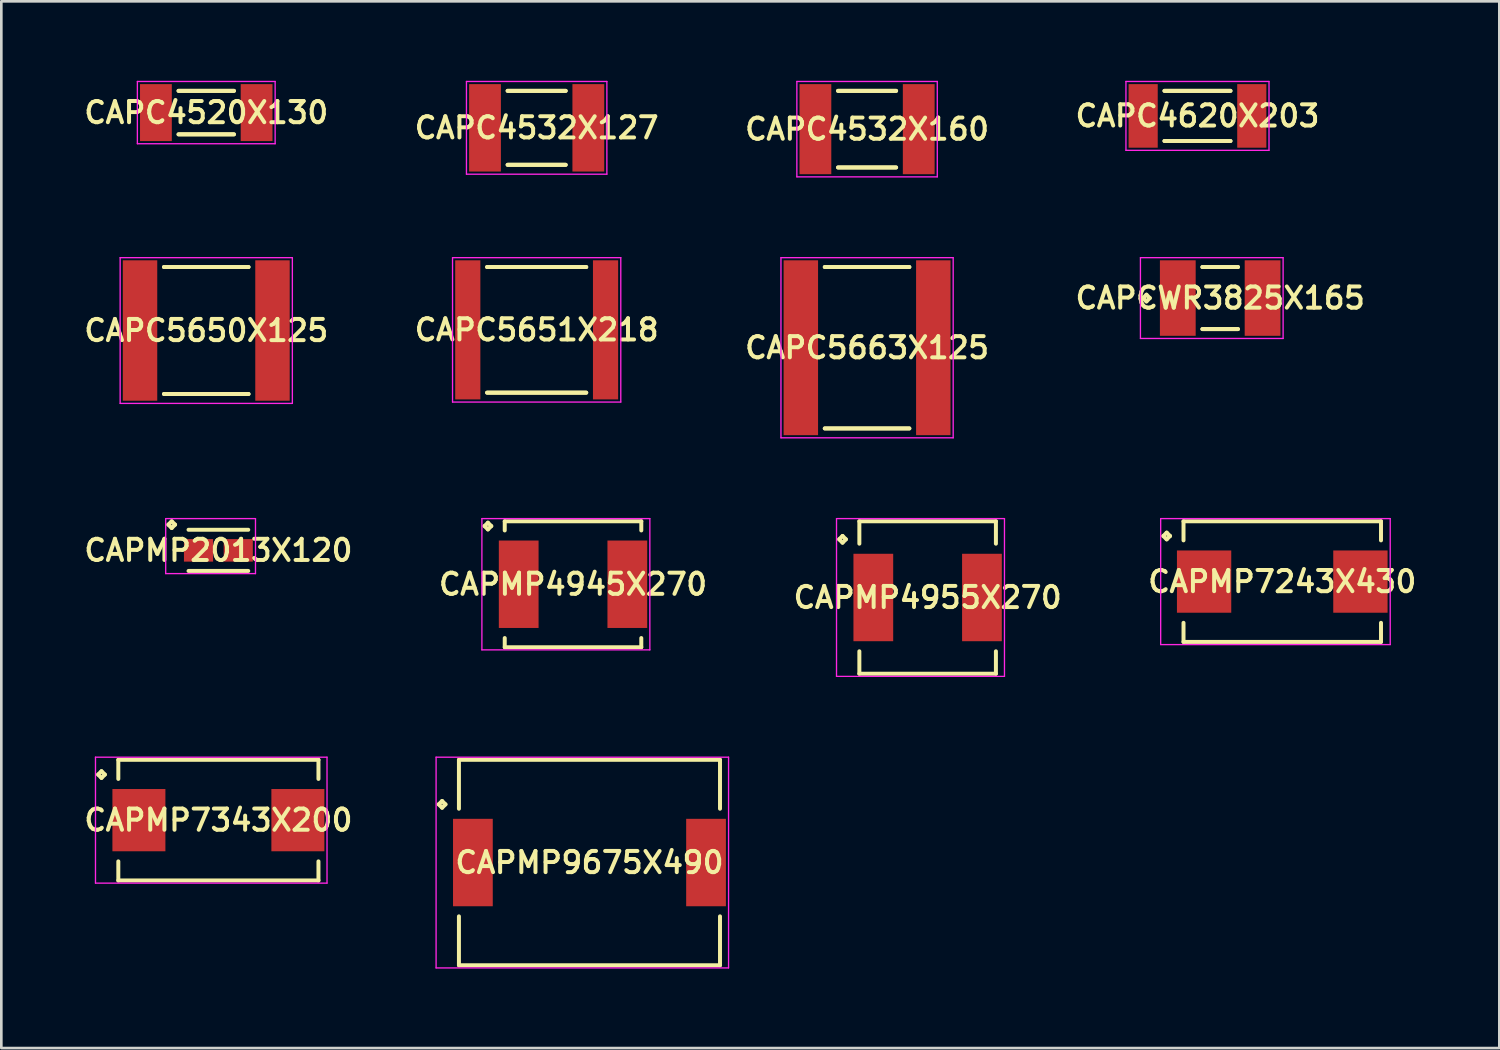
<source format=kicad_pcb>
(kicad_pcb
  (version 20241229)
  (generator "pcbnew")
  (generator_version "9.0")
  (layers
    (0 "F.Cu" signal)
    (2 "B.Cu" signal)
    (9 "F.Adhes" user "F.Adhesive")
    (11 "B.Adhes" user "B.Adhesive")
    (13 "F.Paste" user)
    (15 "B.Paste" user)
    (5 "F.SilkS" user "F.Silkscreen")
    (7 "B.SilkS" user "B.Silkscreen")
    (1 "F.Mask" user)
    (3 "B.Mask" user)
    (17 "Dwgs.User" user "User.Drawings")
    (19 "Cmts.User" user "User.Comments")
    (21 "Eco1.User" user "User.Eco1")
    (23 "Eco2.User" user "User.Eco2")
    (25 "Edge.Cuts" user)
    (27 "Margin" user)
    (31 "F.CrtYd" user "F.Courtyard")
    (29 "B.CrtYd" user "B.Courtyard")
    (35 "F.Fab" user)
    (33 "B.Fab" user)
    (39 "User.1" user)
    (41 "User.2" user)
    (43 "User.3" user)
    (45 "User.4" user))
  (footprint "CAPCWR3825X165"
    (layer "F.Cu")
    (at 43.005 8.2)
    (property "Reference" "CAPCWR3825X165" (at 0 0 0) (layer "F.SilkS") (effects (font (size 0.8 0.8) (thickness 0.15))))
    (attr smd)
    (fp_line (start -2.91 0) (end -2.783 -0.127) (stroke (width 0.15) (type solid)) (layer "F.SilkS"))
    (fp_line (start -2.783 -0.127) (end -2.656 0) (stroke (width 0.15) (type solid)) (layer "F.SilkS"))
    (fp_line (start -2.783 0.127) (end -2.91 0) (stroke (width 0.15) (type solid)) (layer "F.SilkS"))
    (fp_line (start -2.656 0) (end -2.783 0.127) (stroke (width 0.15) (type solid)) (layer "F.SilkS"))
    (fp_line (start -0.671 -1.171) (end 0.671 -1.171) (stroke (width 0.15) (type solid)) (layer "F.SilkS"))
    (fp_line (start -0.671 1.171) (end 0.671 1.171) (stroke (width 0.15) (type solid)) (layer "F.SilkS"))
    (fp_line (start 0.671 -1.171) (end -0.671 -1.171) (stroke (width 0.15) (type solid)) (layer "F.SilkS"))
    (fp_line (start 0.671 1.171) (end -0.671 1.171) (stroke (width 0.15) (type solid)) (layer "F.SilkS"))
    (fp_line (start -3.01 -1.525) (end 2.375 -1.525) (stroke (width 0.05) (type solid)) (layer "F.CrtYd"))
    (fp_line (start -3.01 1.525) (end -3.01 -1.525) (stroke (width 0.05) (type solid)) (layer "F.CrtYd"))
    (fp_line (start 2.375 -1.525) (end 2.375 1.525) (stroke (width 0.05) (type solid)) (layer "F.CrtYd"))
    (fp_line (start 2.375 1.525) (end -3.01 1.525) (stroke (width 0.05) (type solid)) (layer "F.CrtYd"))
    (pad "1" smd rect (at -1.6 0) (size 1.35 2.85) (layers "F.Cu" "F.Mask" "F.Paste"))
    (pad "2" smd rect (at 1.6 0) (size 1.35 2.85) (layers "F.Cu" "F.Mask" "F.Paste")))
  (footprint "CAPC5651X218"
    (layer "F.Cu")
    (at 17.206 9.4)
    (property "Reference" "CAPC5651X218" (at 0 0 0) (layer "F.SilkS") (effects (font (size 0.8 0.8) (thickness 0.15))))
    (attr smd)
    (fp_line (start -1.871 -2.371) (end 1.871 -2.371) (stroke (width 0.15) (type solid)) (layer "F.SilkS"))
    (fp_line (start -1.871 2.371) (end 1.871 2.371) (stroke (width 0.15) (type solid)) (layer "F.SilkS"))
    (fp_line (start 1.871 -2.371) (end -1.871 -2.371) (stroke (width 0.15) (type solid)) (layer "F.SilkS"))
    (fp_line (start 1.871 2.371) (end -1.871 2.371) (stroke (width 0.15) (type solid)) (layer "F.SilkS"))
    (fp_line (start -3.175 -2.725) (end 3.175 -2.725) (stroke (width 0.05) (type solid)) (layer "F.CrtYd"))
    (fp_line (start -3.175 2.725) (end -3.175 -2.725) (stroke (width 0.05) (type solid)) (layer "F.CrtYd"))
    (fp_line (start 3.175 -2.725) (end 3.175 2.725) (stroke (width 0.05) (type solid)) (layer "F.CrtYd"))
    (fp_line (start 3.175 2.725) (end -3.175 2.725) (stroke (width 0.05) (type solid)) (layer "F.CrtYd"))
    (pad "1" smd rect (at -2.6 0) (size 0.95 5.25) (layers "F.Cu" "F.Mask" "F.Paste"))
    (pad "2" smd rect (at 2.6 0) (size 0.95 5.25) (layers "F.Cu" "F.Mask" "F.Paste")))
  (footprint "CAPC4532X160"
    (layer "F.Cu")
    (at 29.677 1.825)
    (property "Reference" "CAPC4532X160" (at 0 0 0) (layer "F.SilkS") (effects (font (size 0.8 0.8) (thickness 0.15))))
    (attr smd)
    (fp_line (start -1.096 -1.446) (end 1.096 -1.446) (stroke (width 0.15) (type solid)) (layer "F.SilkS"))
    (fp_line (start -1.096 1.446) (end 1.096 1.446) (stroke (width 0.15) (type solid)) (layer "F.SilkS"))
    (fp_line (start 1.096 -1.446) (end -1.096 -1.446) (stroke (width 0.15) (type solid)) (layer "F.SilkS"))
    (fp_line (start 1.096 1.446) (end -1.096 1.446) (stroke (width 0.15) (type solid)) (layer "F.SilkS"))
    (fp_line (start -2.65 -1.8) (end 2.65 -1.8) (stroke (width 0.05) (type solid)) (layer "F.CrtYd"))
    (fp_line (start -2.65 1.8) (end -2.65 -1.8) (stroke (width 0.05) (type solid)) (layer "F.CrtYd"))
    (fp_line (start 2.65 -1.8) (end 2.65 1.8) (stroke (width 0.05) (type solid)) (layer "F.CrtYd"))
    (fp_line (start 2.65 1.8) (end -2.65 1.8) (stroke (width 0.05) (type solid)) (layer "F.CrtYd"))
    (pad "1" smd rect (at -1.95 0) (size 1.2 3.4) (layers "F.Cu" "F.Mask" "F.Paste"))
    (pad "2" smd rect (at 1.95 0) (size 1.2 3.4) (layers "F.Cu" "F.Mask" "F.Paste")))
  (footprint "CAPMP2013X120"
    (layer "F.Cu")
    (at 5.193 17.723)
    (property "Reference" "CAPMP2013X120" (at 0 0 0) (layer "F.SilkS") (effects (font (size 0.8 0.8) (thickness 0.15))))
    (attr smd)
    (fp_line (start -1.889 -0.971) (end -1.762 -1.098) (stroke (width 0.15) (type solid)) (layer "F.SilkS"))
    (fp_line (start -1.762 -1.098) (end -1.635 -0.971) (stroke (width 0.15) (type solid)) (layer "F.SilkS"))
    (fp_line (start -1.762 -0.844) (end -1.889 -0.971) (stroke (width 0.15) (type solid)) (layer "F.SilkS"))
    (fp_line (start -1.635 -0.971) (end -1.762 -0.844) (stroke (width 0.15) (type solid)) (layer "F.SilkS"))
    (fp_line (start -1.127 -0.777) (end 1.127 -0.777) (stroke (width 0.15) (type solid)) (layer "F.SilkS"))
    (fp_line (start -1.127 0.777) (end 1.127 0.777) (stroke (width 0.15) (type solid)) (layer "F.SilkS"))
    (fp_line (start -1.989 -1.198) (end 1.4 -1.198) (stroke (width 0.05) (type solid)) (layer "F.CrtYd"))
    (fp_line (start -1.989 0.877) (end -1.989 -1.198) (stroke (width 0.05) (type solid)) (layer "F.CrtYd"))
    (fp_line (start 1.4 -1.198) (end 1.4 0.877) (stroke (width 0.05) (type solid)) (layer "F.CrtYd"))
    (fp_line (start 1.4 0.877) (end -1.989 0.877) (stroke (width 0.05) (type solid)) (layer "F.CrtYd"))
    (pad "1" smd rect (at -0.75 0) (size 1.1 0.85) (layers "F.Cu" "F.Mask" "F.Paste"))
    (pad "2" smd rect (at 0.75 0) (size 1.1 0.85) (layers "F.Cu" "F.Mask" "F.Paste")))
  (footprint "CAPMP9675X490"
    (layer "F.Cu")
    (at 19.199 29.506)
    (property "Reference" "CAPMP9675X490" (at 0 0 0) (layer "F.SilkS") (effects (font (size 0.8 0.8) (thickness 0.15))))
    (attr smd)
    (fp_line (start -5.689 -2.196) (end -5.562 -2.323) (stroke (width 0.15) (type solid)) (layer "F.SilkS"))
    (fp_line (start -5.562 -2.323) (end -5.435 -2.196) (stroke (width 0.15) (type solid)) (layer "F.SilkS"))
    (fp_line (start -5.562 -2.069) (end -5.689 -2.196) (stroke (width 0.15) (type solid)) (layer "F.SilkS"))
    (fp_line (start -5.435 -2.196) (end -5.562 -2.069) (stroke (width 0.15) (type solid)) (layer "F.SilkS"))
    (fp_line (start -4.927 -3.877) (end 4.927 -3.877) (stroke (width 0.15) (type solid)) (layer "F.SilkS"))
    (fp_line (start -4.927 -2.031) (end -4.927 -3.877) (stroke (width 0.15) (type solid)) (layer "F.SilkS"))
    (fp_line (start -4.927 2.031) (end -4.927 3.877) (stroke (width 0.15) (type solid)) (layer "F.SilkS"))
    (fp_line (start -4.927 3.877) (end 4.927 3.877) (stroke (width 0.15) (type solid)) (layer "F.SilkS"))
    (fp_line (start 4.927 -3.877) (end 4.927 -2.031) (stroke (width 0.15) (type solid)) (layer "F.SilkS"))
    (fp_line (start 4.927 3.877) (end 4.927 2.031) (stroke (width 0.15) (type solid)) (layer "F.SilkS"))
    (fp_line (start -5.789 -3.977) (end 5.25 -3.977) (stroke (width 0.05) (type solid)) (layer "F.CrtYd"))
    (fp_line (start -5.789 3.977) (end -5.789 -3.977) (stroke (width 0.05) (type solid)) (layer "F.CrtYd"))
    (fp_line (start 5.25 -3.977) (end 5.25 3.977) (stroke (width 0.05) (type solid)) (layer "F.CrtYd"))
    (fp_line (start 5.25 3.977) (end -5.789 3.977) (stroke (width 0.05) (type solid)) (layer "F.CrtYd"))
    (pad "1" smd rect (at -4.4 0) (size 1.5 3.3) (layers "F.Cu" "F.Mask" "F.Paste"))
    (pad "2" smd rect (at 4.4 0) (size 1.5 3.3) (layers "F.Cu" "F.Mask" "F.Paste")))
  (footprint "CAPC5663X125"
    (layer "F.Cu")
    (at 29.677 10.075)
    (property "Reference" "CAPC5663X125" (at 0 0 0) (layer "F.SilkS") (effects (font (size 0.8 0.8) (thickness 0.15))))
    (attr smd)
    (fp_line (start -1.596 -3.046) (end 1.596 -3.046) (stroke (width 0.15) (type solid)) (layer "F.SilkS"))
    (fp_line (start -1.596 3.046) (end 1.596 3.046) (stroke (width 0.15) (type solid)) (layer "F.SilkS"))
    (fp_line (start 1.596 -3.046) (end -1.596 -3.046) (stroke (width 0.15) (type solid)) (layer "F.SilkS"))
    (fp_line (start 1.596 3.046) (end -1.596 3.046) (stroke (width 0.15) (type solid)) (layer "F.SilkS"))
    (fp_line (start -3.25 -3.4) (end 3.25 -3.4) (stroke (width 0.05) (type solid)) (layer "F.CrtYd"))
    (fp_line (start -3.25 3.4) (end -3.25 -3.4) (stroke (width 0.05) (type solid)) (layer "F.CrtYd"))
    (fp_line (start 3.25 -3.4) (end 3.25 3.4) (stroke (width 0.05) (type solid)) (layer "F.CrtYd"))
    (fp_line (start 3.25 3.4) (end -3.25 3.4) (stroke (width 0.05) (type solid)) (layer "F.CrtYd"))
    (pad "1" smd rect (at -2.5 0) (size 1.3 6.6) (layers "F.Cu" "F.Mask" "F.Paste"))
    (pad "2" smd rect (at 2.5 0) (size 1.3 6.6) (layers "F.Cu" "F.Mask" "F.Paste")))
  (footprint "CAPC5650X125"
    (layer "F.Cu")
    (at 4.735 9.425)
    (property "Reference" "CAPC5650X125" (at 0 0 0) (layer "F.SilkS") (effects (font (size 0.8 0.8) (thickness 0.15))))
    (attr smd)
    (fp_line (start -1.596 -2.396) (end 1.596 -2.396) (stroke (width 0.15) (type solid)) (layer "F.SilkS"))
    (fp_line (start -1.596 2.396) (end 1.596 2.396) (stroke (width 0.15) (type solid)) (layer "F.SilkS"))
    (fp_line (start 1.596 -2.396) (end -1.596 -2.396) (stroke (width 0.15) (type solid)) (layer "F.SilkS"))
    (fp_line (start 1.596 2.396) (end -1.596 2.396) (stroke (width 0.15) (type solid)) (layer "F.SilkS"))
    (fp_line (start -3.25 -2.75) (end 3.25 -2.75) (stroke (width 0.05) (type solid)) (layer "F.CrtYd"))
    (fp_line (start -3.25 2.75) (end -3.25 -2.75) (stroke (width 0.05) (type solid)) (layer "F.CrtYd"))
    (fp_line (start 3.25 -2.75) (end 3.25 2.75) (stroke (width 0.05) (type solid)) (layer "F.CrtYd"))
    (fp_line (start 3.25 2.75) (end -3.25 2.75) (stroke (width 0.05) (type solid)) (layer "F.CrtYd"))
    (pad "1" smd rect (at -2.5 0) (size 1.3 5.3) (layers "F.Cu" "F.Mask" "F.Paste"))
    (pad "2" smd rect (at 2.5 0) (size 1.3 5.3) (layers "F.Cu" "F.Mask" "F.Paste")))
  (footprint "CAPMP7343X200"
    (layer "F.Cu")
    (at 5.193 27.906)
    (property "Reference" "CAPMP7343X200" (at 0 0 0) (layer "F.SilkS") (effects (font (size 0.8 0.8) (thickness 0.15))))
    (attr smd)
    (fp_line (start -4.539 -1.721) (end -4.412 -1.848) (stroke (width 0.15) (type solid)) (layer "F.SilkS"))
    (fp_line (start -4.412 -1.848) (end -4.285 -1.721) (stroke (width 0.15) (type solid)) (layer "F.SilkS"))
    (fp_line (start -4.412 -1.594) (end -4.539 -1.721) (stroke (width 0.15) (type solid)) (layer "F.SilkS"))
    (fp_line (start -4.285 -1.721) (end -4.412 -1.594) (stroke (width 0.15) (type solid)) (layer "F.SilkS"))
    (fp_line (start -3.777 -2.277) (end 3.777 -2.277) (stroke (width 0.15) (type solid)) (layer "F.SilkS"))
    (fp_line (start -3.777 -1.556) (end -3.777 -2.277) (stroke (width 0.15) (type solid)) (layer "F.SilkS"))
    (fp_line (start -3.777 1.556) (end -3.777 2.277) (stroke (width 0.15) (type solid)) (layer "F.SilkS"))
    (fp_line (start -3.777 2.277) (end 3.777 2.277) (stroke (width 0.15) (type solid)) (layer "F.SilkS"))
    (fp_line (start 3.777 -2.277) (end 3.777 -1.556) (stroke (width 0.15) (type solid)) (layer "F.SilkS"))
    (fp_line (start 3.777 2.277) (end 3.777 1.556) (stroke (width 0.15) (type solid)) (layer "F.SilkS"))
    (fp_line (start -4.639 -2.377) (end 4.1 -2.377) (stroke (width 0.05) (type solid)) (layer "F.CrtYd"))
    (fp_line (start -4.639 2.377) (end -4.639 -2.377) (stroke (width 0.05) (type solid)) (layer "F.CrtYd"))
    (fp_line (start 4.1 -2.377) (end 4.1 2.377) (stroke (width 0.05) (type solid)) (layer "F.CrtYd"))
    (fp_line (start 4.1 2.377) (end -4.639 2.377) (stroke (width 0.05) (type solid)) (layer "F.CrtYd"))
    (pad "1" smd rect (at -3 0) (size 2 2.35) (layers "F.Cu" "F.Mask" "F.Paste"))
    (pad "2" smd rect (at 3 0) (size 2 2.35) (layers "F.Cu" "F.Mask" "F.Paste")))
  (footprint "CAPMP4955X270"
    (layer "F.Cu")
    (at 31.963 19.502)
    (property "Reference" "CAPMP4955X270" (at 0 0 0) (layer "F.SilkS") (effects (font (size 0.8 0.8) (thickness 0.15))))
    (attr smd)
    (fp_line (start -3.339 -2.196) (end -3.212 -2.323) (stroke (width 0.15) (type solid)) (layer "F.SilkS"))
    (fp_line (start -3.212 -2.323) (end -3.085 -2.196) (stroke (width 0.15) (type solid)) (layer "F.SilkS"))
    (fp_line (start -3.212 -2.069) (end -3.339 -2.196) (stroke (width 0.15) (type solid)) (layer "F.SilkS"))
    (fp_line (start -3.085 -2.196) (end -3.212 -2.069) (stroke (width 0.15) (type solid)) (layer "F.SilkS"))
    (fp_line (start -2.577 -2.877) (end 2.577 -2.877) (stroke (width 0.15) (type solid)) (layer "F.SilkS"))
    (fp_line (start -2.577 -2.031) (end -2.577 -2.877) (stroke (width 0.15) (type solid)) (layer "F.SilkS"))
    (fp_line (start -2.577 2.031) (end -2.577 2.877) (stroke (width 0.15) (type solid)) (layer "F.SilkS"))
    (fp_line (start -2.577 2.877) (end 2.577 2.877) (stroke (width 0.15) (type solid)) (layer "F.SilkS"))
    (fp_line (start 2.577 -2.877) (end 2.577 -2.031) (stroke (width 0.15) (type solid)) (layer "F.SilkS"))
    (fp_line (start 2.577 2.877) (end 2.577 2.031) (stroke (width 0.15) (type solid)) (layer "F.SilkS"))
    (fp_line (start -3.439 -2.977) (end 2.9 -2.977) (stroke (width 0.05) (type solid)) (layer "F.CrtYd"))
    (fp_line (start -3.439 2.977) (end -3.439 -2.977) (stroke (width 0.05) (type solid)) (layer "F.CrtYd"))
    (fp_line (start 2.9 -2.977) (end 2.9 2.977) (stroke (width 0.05) (type solid)) (layer "F.CrtYd"))
    (fp_line (start 2.9 2.977) (end -3.439 2.977) (stroke (width 0.05) (type solid)) (layer "F.CrtYd"))
    (pad "1" smd rect (at -2.05 0) (size 1.5 3.3) (layers "F.Cu" "F.Mask" "F.Paste"))
    (pad "2" smd rect (at 2.05 0) (size 1.5 3.3) (layers "F.Cu" "F.Mask" "F.Paste")))
  (footprint "CAPC4620X203"
    (layer "F.Cu")
    (at 42.148 1.325)
    (property "Reference" "CAPC4620X203" (at 0 0 0) (layer "F.SilkS") (effects (font (size 0.8 0.8) (thickness 0.15))))
    (attr smd)
    (fp_line (start -1.246 -0.946) (end 1.246 -0.946) (stroke (width 0.15) (type solid)) (layer "F.SilkS"))
    (fp_line (start -1.246 0.946) (end 1.246 0.946) (stroke (width 0.15) (type solid)) (layer "F.SilkS"))
    (fp_line (start 1.246 -0.946) (end -1.246 -0.946) (stroke (width 0.15) (type solid)) (layer "F.SilkS"))
    (fp_line (start 1.246 0.946) (end -1.246 0.946) (stroke (width 0.15) (type solid)) (layer "F.SilkS"))
    (fp_line (start -2.7 -1.3) (end 2.7 -1.3) (stroke (width 0.05) (type solid)) (layer "F.CrtYd"))
    (fp_line (start -2.7 1.3) (end -2.7 -1.3) (stroke (width 0.05) (type solid)) (layer "F.CrtYd"))
    (fp_line (start 2.7 -1.3) (end 2.7 1.3) (stroke (width 0.05) (type solid)) (layer "F.CrtYd"))
    (fp_line (start 2.7 1.3) (end -2.7 1.3) (stroke (width 0.05) (type solid)) (layer "F.CrtYd"))
    (pad "1" smd rect (at -2.05 0) (size 1.1 2.4) (layers "F.Cu" "F.Mask" "F.Paste"))
    (pad "2" smd rect (at 2.05 0) (size 1.1 2.4) (layers "F.Cu" "F.Mask" "F.Paste")))
  (footprint "CAPC4532X127"
    (layer "F.Cu")
    (at 17.206 1.775)
    (property "Reference" "CAPC4532X127" (at 0 0 0) (layer "F.SilkS") (effects (font (size 0.8 0.8) (thickness 0.15))))
    (attr smd)
    (fp_line (start -1.096 -1.396) (end 1.096 -1.396) (stroke (width 0.15) (type solid)) (layer "F.SilkS"))
    (fp_line (start -1.096 1.396) (end 1.096 1.396) (stroke (width 0.15) (type solid)) (layer "F.SilkS"))
    (fp_line (start 1.096 -1.396) (end -1.096 -1.396) (stroke (width 0.15) (type solid)) (layer "F.SilkS"))
    (fp_line (start 1.096 1.396) (end -1.096 1.396) (stroke (width 0.15) (type solid)) (layer "F.SilkS"))
    (fp_line (start -2.65 -1.75) (end 2.65 -1.75) (stroke (width 0.05) (type solid)) (layer "F.CrtYd"))
    (fp_line (start -2.65 1.75) (end -2.65 -1.75) (stroke (width 0.05) (type solid)) (layer "F.CrtYd"))
    (fp_line (start 2.65 -1.75) (end 2.65 1.75) (stroke (width 0.05) (type solid)) (layer "F.CrtYd"))
    (fp_line (start 2.65 1.75) (end -2.65 1.75) (stroke (width 0.05) (type solid)) (layer "F.CrtYd"))
    (pad "1" smd rect (at -1.95 0) (size 1.2 3.3) (layers "F.Cu" "F.Mask" "F.Paste"))
    (pad "2" smd rect (at 1.95 0) (size 1.2 3.3) (layers "F.Cu" "F.Mask" "F.Paste")))
  (footprint "CAPMP4945X270"
    (layer "F.Cu")
    (at 18.578 19.002)
    (property "Reference" "CAPMP4945X270" (at 0 0 0) (layer "F.SilkS") (effects (font (size 0.8 0.8) (thickness 0.15))))
    (attr smd)
    (fp_line (start -3.339 -2.196) (end -3.212 -2.323) (stroke (width 0.15) (type solid)) (layer "F.SilkS"))
    (fp_line (start -3.212 -2.323) (end -3.085 -2.196) (stroke (width 0.15) (type solid)) (layer "F.SilkS"))
    (fp_line (start -3.212 -2.069) (end -3.339 -2.196) (stroke (width 0.15) (type solid)) (layer "F.SilkS"))
    (fp_line (start -3.085 -2.196) (end -3.212 -2.069) (stroke (width 0.15) (type solid)) (layer "F.SilkS"))
    (fp_line (start -2.577 -2.377) (end 2.577 -2.377) (stroke (width 0.15) (type solid)) (layer "F.SilkS"))
    (fp_line (start -2.577 -2.031) (end -2.577 -2.377) (stroke (width 0.15) (type solid)) (layer "F.SilkS"))
    (fp_line (start -2.577 2.031) (end -2.577 2.377) (stroke (width 0.15) (type solid)) (layer "F.SilkS"))
    (fp_line (start -2.577 2.377) (end 2.577 2.377) (stroke (width 0.15) (type solid)) (layer "F.SilkS"))
    (fp_line (start 2.577 -2.377) (end 2.577 -2.031) (stroke (width 0.15) (type solid)) (layer "F.SilkS"))
    (fp_line (start 2.577 2.377) (end 2.577 2.031) (stroke (width 0.15) (type solid)) (layer "F.SilkS"))
    (fp_line (start -3.439 -2.477) (end 2.9 -2.477) (stroke (width 0.05) (type solid)) (layer "F.CrtYd"))
    (fp_line (start -3.439 2.477) (end -3.439 -2.477) (stroke (width 0.05) (type solid)) (layer "F.CrtYd"))
    (fp_line (start 2.9 -2.477) (end 2.9 2.477) (stroke (width 0.05) (type solid)) (layer "F.CrtYd"))
    (fp_line (start 2.9 2.477) (end -3.439 2.477) (stroke (width 0.05) (type solid)) (layer "F.CrtYd"))
    (pad "1" smd rect (at -2.05 0) (size 1.5 3.3) (layers "F.Cu" "F.Mask" "F.Paste"))
    (pad "2" smd rect (at 2.05 0) (size 1.5 3.3) (layers "F.Cu" "F.Mask" "F.Paste")))
  (footprint "CAPMP7243X430"
    (layer "F.Cu")
    (at 45.348 18.902)
    (property "Reference" "CAPMP7243X430" (at 0 0 0) (layer "F.SilkS") (effects (font (size 0.8 0.8) (thickness 0.15))))
    (attr smd)
    (fp_line (start -4.489 -1.721) (end -4.362 -1.848) (stroke (width 0.15) (type solid)) (layer "F.SilkS"))
    (fp_line (start -4.362 -1.848) (end -4.235 -1.721) (stroke (width 0.15) (type solid)) (layer "F.SilkS"))
    (fp_line (start -4.362 -1.594) (end -4.489 -1.721) (stroke (width 0.15) (type solid)) (layer "F.SilkS"))
    (fp_line (start -4.235 -1.721) (end -4.362 -1.594) (stroke (width 0.15) (type solid)) (layer "F.SilkS"))
    (fp_line (start -3.727 -2.277) (end 3.727 -2.277) (stroke (width 0.15) (type solid)) (layer "F.SilkS"))
    (fp_line (start -3.727 -1.556) (end -3.727 -2.277) (stroke (width 0.15) (type solid)) (layer "F.SilkS"))
    (fp_line (start -3.727 1.556) (end -3.727 2.277) (stroke (width 0.15) (type solid)) (layer "F.SilkS"))
    (fp_line (start -3.727 2.277) (end 3.727 2.277) (stroke (width 0.15) (type solid)) (layer "F.SilkS"))
    (fp_line (start 3.727 -2.277) (end 3.727 -1.556) (stroke (width 0.15) (type solid)) (layer "F.SilkS"))
    (fp_line (start 3.727 2.277) (end 3.727 1.556) (stroke (width 0.15) (type solid)) (layer "F.SilkS"))
    (fp_line (start -4.589 -2.377) (end 4.075 -2.377) (stroke (width 0.05) (type solid)) (layer "F.CrtYd"))
    (fp_line (start -4.589 2.377) (end -4.589 -2.377) (stroke (width 0.05) (type solid)) (layer "F.CrtYd"))
    (fp_line (start 4.075 -2.377) (end 4.075 2.377) (stroke (width 0.05) (type solid)) (layer "F.CrtYd"))
    (fp_line (start 4.075 2.377) (end -4.589 2.377) (stroke (width 0.05) (type solid)) (layer "F.CrtYd"))
    (pad "1" smd rect (at -2.95 0) (size 2.05 2.35) (layers "F.Cu" "F.Mask" "F.Paste"))
    (pad "2" smd rect (at 2.95 0) (size 2.05 2.35) (layers "F.Cu" "F.Mask" "F.Paste")))
  (footprint "CAPC4520X130"
    (layer "F.Cu")
    (at 4.735 1.2)
    (property "Reference" "CAPC4520X130" (at 0 0 0) (layer "F.SilkS") (effects (font (size 0.8 0.8) (thickness 0.15))))
    (attr smd)
    (fp_line (start -1.046 -0.821) (end 1.046 -0.821) (stroke (width 0.15) (type solid)) (layer "F.SilkS"))
    (fp_line (start -1.046 0.821) (end 1.046 0.821) (stroke (width 0.15) (type solid)) (layer "F.SilkS"))
    (fp_line (start 1.046 -0.821) (end -1.046 -0.821) (stroke (width 0.15) (type solid)) (layer "F.SilkS"))
    (fp_line (start 1.046 0.821) (end -1.046 0.821) (stroke (width 0.15) (type solid)) (layer "F.SilkS"))
    (fp_line (start -2.6 -1.175) (end 2.6 -1.175) (stroke (width 0.05) (type solid)) (layer "F.CrtYd"))
    (fp_line (start -2.6 1.175) (end -2.6 -1.175) (stroke (width 0.05) (type solid)) (layer "F.CrtYd"))
    (fp_line (start 2.6 -1.175) (end 2.6 1.175) (stroke (width 0.05) (type solid)) (layer "F.CrtYd"))
    (fp_line (start 2.6 1.175) (end -2.6 1.175) (stroke (width 0.05) (type solid)) (layer "F.CrtYd"))
    (pad "1" smd rect (at -1.9 0) (size 1.2 2.15) (layers "F.Cu" "F.Mask" "F.Paste"))
    (pad "2" smd rect (at 1.9 0) (size 1.2 2.15) (layers "F.Cu" "F.Mask" "F.Paste")))
  (gr_rect
    (start -3 -3)
    (end 53.541 36.508)
    (stroke (width 0.1) (type default))
    (fill no)
    (layer "Edge.Cuts")))
</source>
